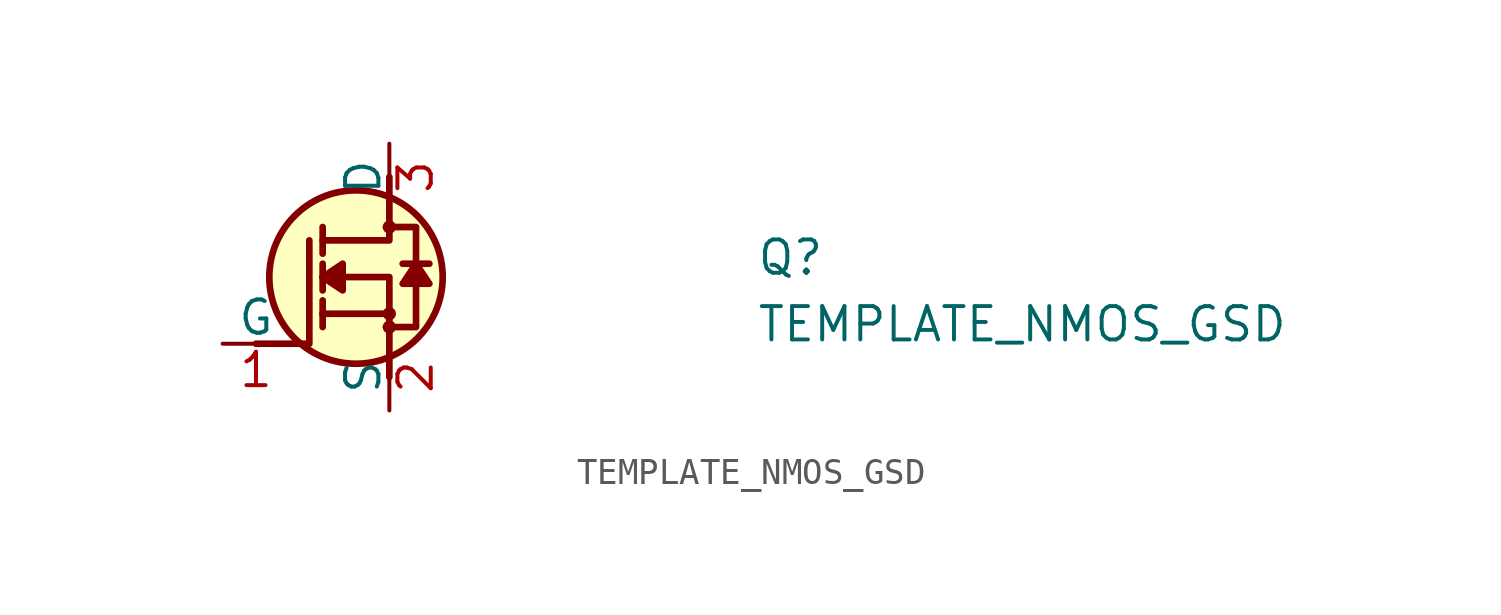
<source format=kicad_sym>
(kicad_symbol_lib
  (version 20220914)
  (generator kicad_symbol_editor)
  (symbol "TEMPLATE_NMOS_GSD"
    (pin_names
      (offset 0))
    (property "Reference" "Q"
      (at 20.32 2.54 0)
      (effects (font (size 1.27 1.27) (thickness 0.15)) (justify left bottom)))
    (property "Value" "TEMPLATE_NMOS_GSD"
      (at 20.32 0 0)
      (effects (font (size 1.27 1.27) (thickness 0.15)) (justify left bottom)))
    (property "MPN" ""
      (at 20.32 0 0)
      (effects (font (size 1.27 1.27))))
    (symbol "TEMPLATE_NMOS_GSD_1_1"
      (polyline (pts (xy 3.81 1.143) (xy 3.81 0.635)) (stroke (width 0.254) (type default)) (fill (type background)))
      (polyline (pts (xy 3.81 1.143) (xy 3.81 1.651)) (stroke (width 0.254) (type default)) (fill (type background)))
      (polyline (pts (xy 3.81 2.54) (xy 3.81 2.032)) (stroke (width 0.254) (type default)) (fill (type background)))
      (polyline (pts (xy 3.81 2.54) (xy 3.81 3.048)) (stroke (width 0.254) (type default)) (fill (type background)))
      (polyline (pts (xy 3.81 4.445) (xy 3.81 3.429)) (stroke (width 0.254) (type default)) (fill (type background)))
      (polyline (pts (xy 6.35 1.143) (xy 3.81 1.143)) (stroke (width 0.254) (type default)) (fill (type background)))
      (polyline (pts (xy 7.874 3.048) (xy 6.858 3.048)) (stroke (width 0.254) (type default)) (fill (type background)))
      (polyline (pts (xy 1.27 0) (xy 3.302 0) (xy 3.302 3.937)) (stroke (width 0.254) (type default)) (fill (type none)))
      (polyline (pts (xy 6.35 -1.27) (xy 6.35 2.54) (xy 3.81 2.54)) (stroke (width 0.254) (type default)) (fill (type none)))
      (polyline (pts (xy 6.35 6.35) (xy 6.35 3.937) (xy 3.81 3.937)) (stroke (width 0.254) (type default)) (fill (type none)))
      (polyline (pts (xy 3.81 2.54) (xy 4.572 3.048) (xy 4.572 2.032) (xy 3.81 2.54)) (stroke (width 0.254) (type default)) (fill (type outline)))
      (polyline (pts (xy 7.366 3.048) (xy 6.858 2.286) (xy 7.874 2.286) (xy 7.366 3.048)) (stroke (width 0.254) (type default)) (fill (type outline)))
      (polyline (pts (xy 6.223 0.635) (xy 7.366 0.635) (xy 7.366 3.937) (xy 7.366 4.445) (xy 6.223 4.445)) (stroke (width 0.254) (type default)) (fill (type none)))
      (circle (center 5.08 2.54) (radius 3.302) (stroke (width 0.254) (type default)) (fill (type background)))
      (circle (center 6.35 0.635) (radius 0.127) (stroke (width 0.254) (type default)) (fill (type background)))
      (circle (center 6.35 1.143) (radius 0.127) (stroke (width 0.254) (type default)) (fill (type background)))
      (circle (center 6.35 4.445) (radius 0.127) (stroke (width 0.254) (type default)) (fill (type background)))
      (pin bidirectional line (at 0 0 0) (length 2.54) (name "G" (effects (font (size 1.27 1.27)))) (number "1" (effects (font (size 1.27 1.27)))))
      (pin bidirectional line (at 6.35 -2.54 90) (length 2.54) (name "S" (effects (font (size 1.27 1.27)))) (number "2" (effects (font (size 1.27 1.27)))))
      (pin bidirectional line (at 6.35 7.62 270) (length 2.54) (name "D" (effects (font (size 1.27 1.27)))) (number "3" (effects (font (size 1.27 1.27))))))))
</source>
